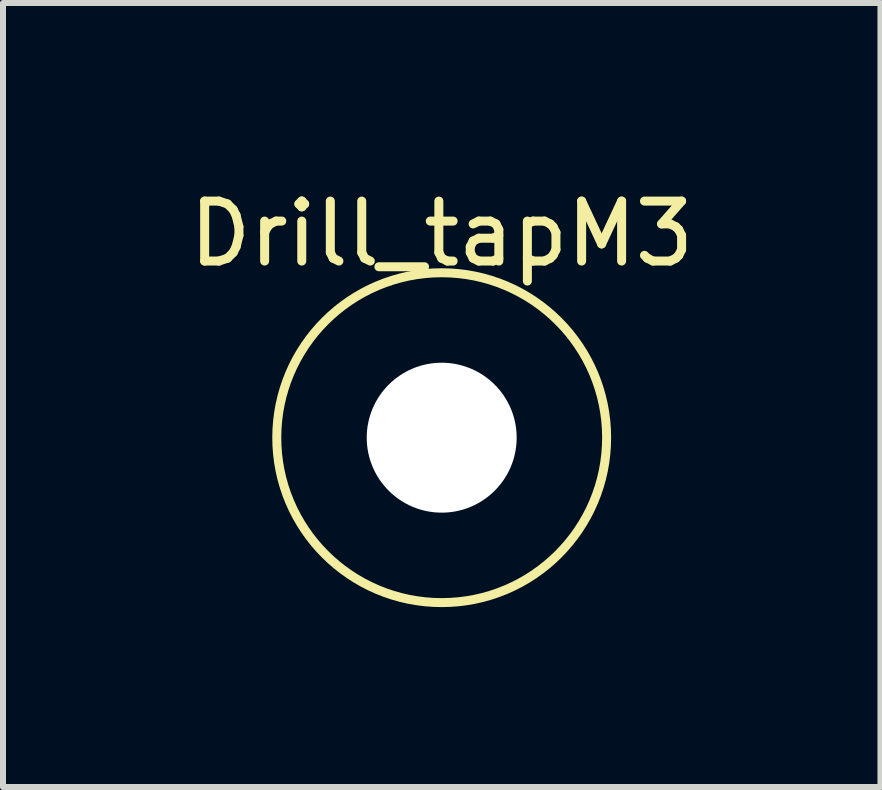
<source format=kicad_pcb>
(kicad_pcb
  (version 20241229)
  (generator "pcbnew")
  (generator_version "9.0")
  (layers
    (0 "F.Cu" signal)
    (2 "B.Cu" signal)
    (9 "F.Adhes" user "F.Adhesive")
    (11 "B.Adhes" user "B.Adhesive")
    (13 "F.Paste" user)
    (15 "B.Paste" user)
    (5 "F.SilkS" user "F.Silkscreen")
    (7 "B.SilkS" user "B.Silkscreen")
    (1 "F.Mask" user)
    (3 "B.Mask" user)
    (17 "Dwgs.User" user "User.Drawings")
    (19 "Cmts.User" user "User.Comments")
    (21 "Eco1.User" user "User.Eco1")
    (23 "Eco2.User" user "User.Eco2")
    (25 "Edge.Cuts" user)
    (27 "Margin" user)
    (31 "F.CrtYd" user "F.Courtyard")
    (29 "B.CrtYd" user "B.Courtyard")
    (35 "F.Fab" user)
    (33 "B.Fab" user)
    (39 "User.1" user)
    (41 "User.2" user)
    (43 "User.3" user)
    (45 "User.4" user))
  (footprint "Drill_tapM3"
    (layer "F.Cu")
    (at 4.315 4.248)
    (property "Reference" "Drill_tapM3" (at 0 -3.4 0) (layer "F.SilkS") (effects (font (size 1 1) (thickness 0.15))))
    (attr through_hole)
    (fp_circle (center 0 0) (end 2.75 0) (stroke (width 0.15) (type solid)) (fill no) (layer "F.SilkS"))
    (pad "" np_thru_hole circle (at 0 0) (size 2.5 2.5) (drill 2.5) (layers "*.Cu" "*.Mask")))
  (gr_rect
    (start -3 -3)
    (end 11.631 10.073)
    (stroke (width 0.1) (type default))
    (fill no)
    (layer "Edge.Cuts")))
</source>
